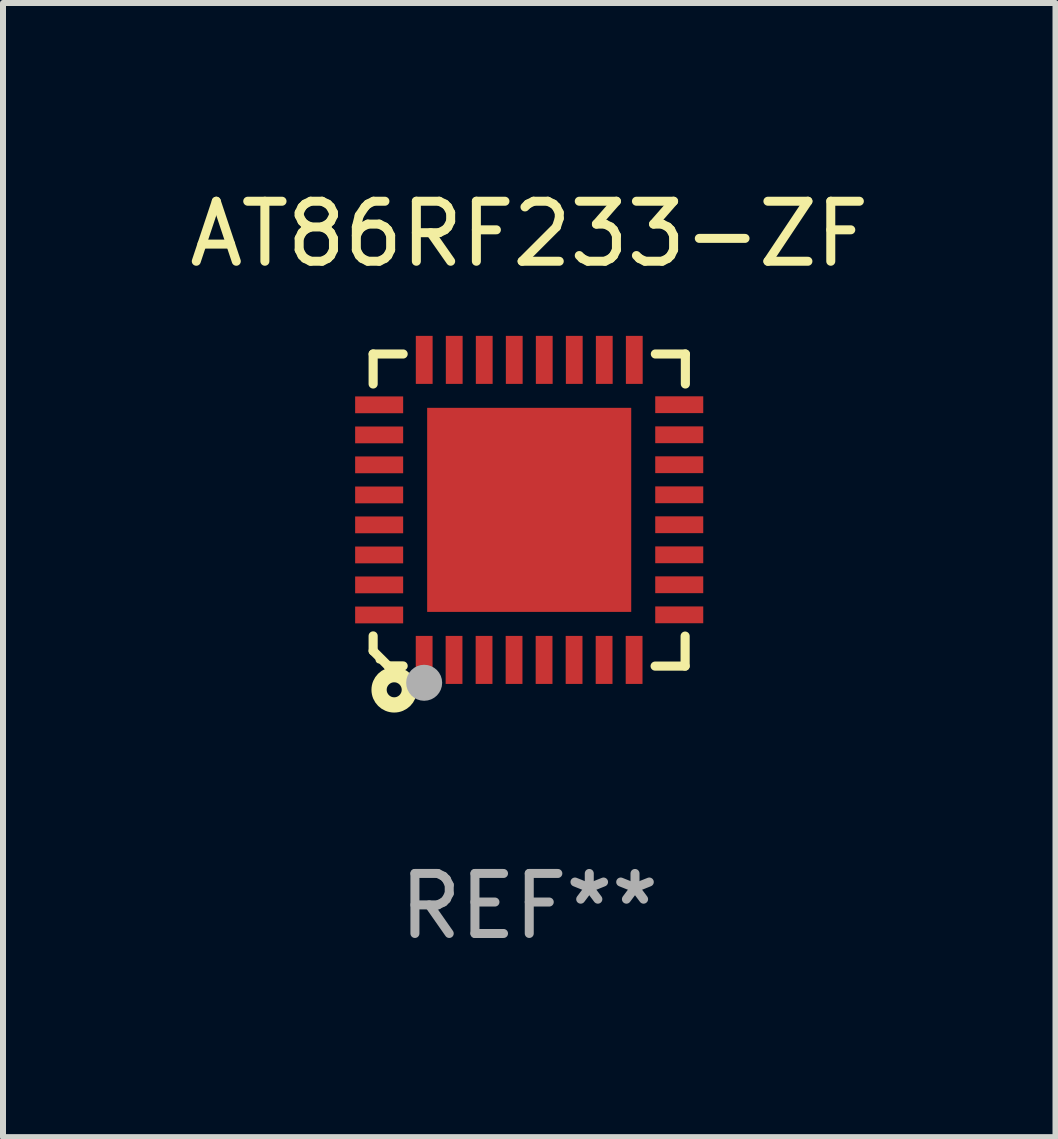
<source format=kicad_pcb>
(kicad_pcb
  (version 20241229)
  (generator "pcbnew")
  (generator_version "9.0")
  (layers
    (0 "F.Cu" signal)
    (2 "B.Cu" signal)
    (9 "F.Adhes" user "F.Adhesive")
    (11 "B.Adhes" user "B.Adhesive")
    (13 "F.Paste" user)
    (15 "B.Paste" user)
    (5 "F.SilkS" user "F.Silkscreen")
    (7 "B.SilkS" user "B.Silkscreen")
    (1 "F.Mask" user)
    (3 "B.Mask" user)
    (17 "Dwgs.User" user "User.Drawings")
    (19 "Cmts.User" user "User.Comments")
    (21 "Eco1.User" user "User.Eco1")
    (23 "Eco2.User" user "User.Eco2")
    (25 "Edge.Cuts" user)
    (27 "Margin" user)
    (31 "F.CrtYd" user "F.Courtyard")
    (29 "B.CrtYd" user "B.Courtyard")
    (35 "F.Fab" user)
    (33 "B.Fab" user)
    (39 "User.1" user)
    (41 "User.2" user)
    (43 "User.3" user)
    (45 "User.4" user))
  (footprint "AT86RF233-ZF"
    (layer "F.Cu")
    (at 5.768 5.448)
    (property "Reference" "AT86RF233-ZF" (at 0 -4.6 0) (layer "F.SilkS") (effects (font (size 1 1) (thickness 0.15))))
    (attr through_hole)
    (fp_line (start -2.601 2.097) (end -2.601 2.347) (stroke (width 0.152) (type solid)) (layer "F.SilkS"))
    (fp_line (start -2.601 2.347) (end -2.351 2.597) (stroke (width 0.152) (type solid)) (layer "F.SilkS"))
    (fp_line (start -2.601 -2.6) (end -2.601 -2.1) (stroke (width 0.152) (type solid)) (layer "F.SilkS"))
    (fp_line (start -2.601 -2.6) (end -2.101 -2.6) (stroke (width 0.152) (type solid)) (layer "F.SilkS"))
    (fp_line (start -2.351 2.597) (end -2.101 2.597) (stroke (width 0.152) (type solid)) (layer "F.SilkS"))
    (fp_line (start 2.597 2.6) (end 2.097 2.6) (stroke (width 0.152) (type solid)) (layer "F.SilkS"))
    (fp_line (start 2.597 2.6) (end 2.597 2.1) (stroke (width 0.152) (type solid)) (layer "F.SilkS"))
    (fp_line (start 2.601 -2.6) (end 2.101 -2.6) (stroke (width 0.152) (type solid)) (layer "F.SilkS"))
    (fp_line (start 2.601 -2.6) (end 2.601 -2.1) (stroke (width 0.152) (type solid)) (layer "F.SilkS"))
    (fp_circle (center -2.501 2.497) (end -2.471 2.497) (stroke (width 0.06) (type solid)) (fill no) (layer "F.SilkS"))
    (fp_circle (center -2.25 2.995) (end -2.125 2.995) (stroke (width 0.254) (type solid)) (fill no) (layer "F.SilkS"))
    (fp_circle (center -1.751 2.878) (end -1.601 2.878) (stroke (width 0.3) (type solid)) (fill no) (layer "F.Fab"))
    (fp_text user "REF**" (at 0 6.6 0) (layer "F.Fab") (effects (font (size 1 1) (thickness 0.15))))
    (pad "1" smd rect (at -1.751 2.497) (size 0.28 0.8) (layers "F.Cu" "F.Mask" "F.Paste"))
    (pad "2" smd rect (at -1.253 2.497) (size 0.28 0.8) (layers "F.Cu" "F.Mask" "F.Paste"))
    (pad "3" smd rect (at -0.753 2.497) (size 0.28 0.8) (layers "F.Cu" "F.Mask" "F.Paste"))
    (pad "4" smd rect (at -0.253 2.497) (size 0.28 0.8) (layers "F.Cu" "F.Mask" "F.Paste"))
    (pad "5" smd rect (at 0.247 2.497) (size 0.28 0.8) (layers "F.Cu" "F.Mask" "F.Paste"))
    (pad "6" smd rect (at 0.747 2.497) (size 0.28 0.8) (layers "F.Cu" "F.Mask" "F.Paste"))
    (pad "7" smd rect (at 1.247 2.497) (size 0.28 0.8) (layers "F.Cu" "F.Mask" "F.Paste"))
    (pad "8" smd rect (at 1.747 2.497) (size 0.28 0.8) (layers "F.Cu" "F.Mask" "F.Paste"))
    (pad "9" smd rect (at 2.499 1.746) (size 0.8 0.28) (layers "F.Cu" "F.Mask" "F.Paste"))
    (pad "10" smd rect (at 2.499 1.245) (size 0.8 0.28) (layers "F.Cu" "F.Mask" "F.Paste"))
    (pad "11" smd rect (at 2.499 0.746) (size 0.8 0.28) (layers "F.Cu" "F.Mask" "F.Paste"))
    (pad "12" smd rect (at 2.499 0.245) (size 0.8 0.28) (layers "F.Cu" "F.Mask" "F.Paste"))
    (pad "13" smd rect (at 2.499 -0.254) (size 0.8 0.28) (layers "F.Cu" "F.Mask" "F.Paste"))
    (pad "14" smd rect (at 2.499 -0.755) (size 0.8 0.28) (layers "F.Cu" "F.Mask" "F.Paste"))
    (pad "15" smd rect (at 2.499 -1.254) (size 0.8 0.28) (layers "F.Cu" "F.Mask" "F.Paste"))
    (pad "16" smd rect (at 2.499 -1.755) (size 0.8 0.28) (layers "F.Cu" "F.Mask" "F.Paste"))
    (pad "17" smd rect (at 1.75 -2.502) (size 0.28 0.8) (layers "F.Cu" "F.Mask" "F.Paste"))
    (pad "18" smd rect (at 1.25 -2.502) (size 0.28 0.8) (layers "F.Cu" "F.Mask" "F.Paste"))
    (pad "19" smd rect (at 0.75 -2.502) (size 0.28 0.8) (layers "F.Cu" "F.Mask" "F.Paste"))
    (pad "20" smd rect (at 0.25 -2.502) (size 0.28 0.8) (layers "F.Cu" "F.Mask" "F.Paste"))
    (pad "21" smd rect (at -0.25 -2.502) (size 0.28 0.8) (layers "F.Cu" "F.Mask" "F.Paste"))
    (pad "22" smd rect (at -0.75 -2.502) (size 0.28 0.8) (layers "F.Cu" "F.Mask" "F.Paste"))
    (pad "23" smd rect (at -1.25 -2.502) (size 0.28 0.8) (layers "F.Cu" "F.Mask" "F.Paste"))
    (pad "24" smd rect (at -1.75 -2.502) (size 0.28 0.8) (layers "F.Cu" "F.Mask" "F.Paste"))
    (pad "25" smd rect (at -2.501 -1.753) (size 0.8 0.28) (layers "F.Cu" "F.Mask" "F.Paste"))
    (pad "26" smd rect (at -2.501 -1.252) (size 0.8 0.28) (layers "F.Cu" "F.Mask" "F.Paste"))
    (pad "27" smd rect (at -2.501 -0.753) (size 0.8 0.28) (layers "F.Cu" "F.Mask" "F.Paste"))
    (pad "28" smd rect (at -2.501 -0.252) (size 0.8 0.28) (layers "F.Cu" "F.Mask" "F.Paste"))
    (pad "29" smd rect (at -2.501 0.247) (size 0.8 0.28) (layers "F.Cu" "F.Mask" "F.Paste"))
    (pad "30" smd rect (at -2.501 0.748) (size 0.8 0.28) (layers "F.Cu" "F.Mask" "F.Paste"))
    (pad "31" smd rect (at -2.501 1.247) (size 0.8 0.28) (layers "F.Cu" "F.Mask" "F.Paste"))
    (pad "32" smd rect (at -2.501 1.748) (size 0.8 0.28) (layers "F.Cu" "F.Mask" "F.Paste"))
    (pad "33" smd rect (at -0.001 -0.003 180) (size 3.4 3.4) (layers "F.Cu" "F.Mask" "F.Paste")))
  (gr_rect
    (start -3 -3)
    (end 14.536 15.896)
    (stroke (width 0.1) (type default))
    (fill no)
    (layer "Edge.Cuts")))
</source>
